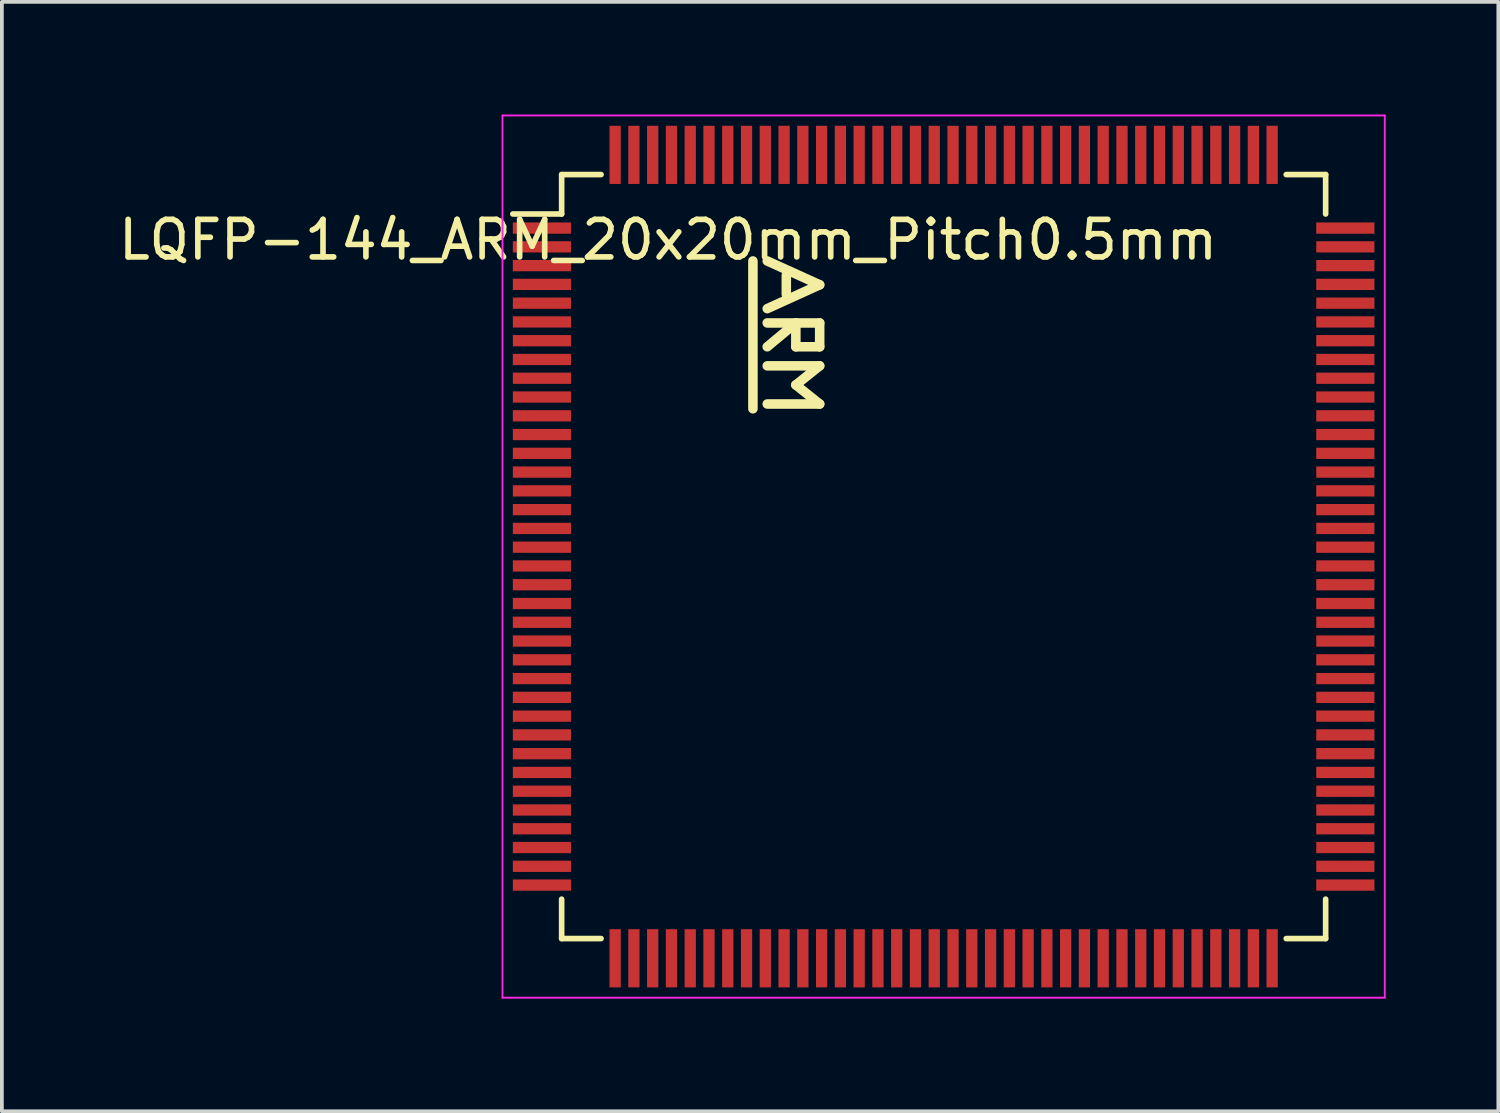
<source format=kicad_pcb>
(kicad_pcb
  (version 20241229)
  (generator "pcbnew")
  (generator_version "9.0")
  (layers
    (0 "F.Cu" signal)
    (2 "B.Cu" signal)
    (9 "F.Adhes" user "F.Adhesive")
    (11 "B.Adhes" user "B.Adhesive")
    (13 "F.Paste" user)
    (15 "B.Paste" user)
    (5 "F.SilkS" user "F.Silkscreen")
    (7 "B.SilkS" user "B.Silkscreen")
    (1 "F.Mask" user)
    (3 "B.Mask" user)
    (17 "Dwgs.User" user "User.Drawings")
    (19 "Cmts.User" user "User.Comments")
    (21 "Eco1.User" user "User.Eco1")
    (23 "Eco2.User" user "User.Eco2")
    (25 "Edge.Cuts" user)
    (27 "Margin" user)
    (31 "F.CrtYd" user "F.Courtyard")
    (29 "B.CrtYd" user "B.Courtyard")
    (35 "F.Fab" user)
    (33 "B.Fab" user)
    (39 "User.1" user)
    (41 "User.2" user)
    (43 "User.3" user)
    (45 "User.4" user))
  (footprint "LQFP-144_ARM_20x20mm_Pitch0.5mm"
    (layer "F.Cu")
    (at 22.085 11.775)
    (property "Reference" "LQFP-144_ARM_20x20mm_Pitch0.5mm" (at -7.341 -8.437 0) (layer "F.SilkS") (effects (font (size 1 1) (thickness 0.15))))
    (attr smd)
    (fp_line (start -10.175 -10.175) (end -10.175 -9.125) (stroke (width 0.15) (type solid)) (layer "F.SilkS"))
    (fp_line (start -10.175 -10.175) (end -9.125 -10.175) (stroke (width 0.15) (type solid)) (layer "F.SilkS"))
    (fp_line (start -10.175 -9.125) (end -11.475 -9.125) (stroke (width 0.15) (type solid)) (layer "F.SilkS"))
    (fp_line (start -10.175 10.175) (end -10.175 9.125) (stroke (width 0.15) (type solid)) (layer "F.SilkS"))
    (fp_line (start -10.175 10.175) (end -9.125 10.175) (stroke (width 0.15) (type solid)) (layer "F.SilkS"))
    (fp_line (start -5.08 -7.874) (end -5.08 -3.937) (stroke (width 0.254) (type solid)) (layer "F.SilkS"))
    (fp_line (start -4.699 -7.874) (end -3.302 -7.239) (stroke (width 0.254) (type solid)) (layer "F.SilkS"))
    (fp_line (start -4.699 -6.223) (end -3.302 -6.223) (stroke (width 0.254) (type solid)) (layer "F.SilkS"))
    (fp_line (start -4.699 -5.08) (end -3.302 -5.08) (stroke (width 0.254) (type solid)) (layer "F.SilkS"))
    (fp_line (start -4.191 -7.493) (end -4.191 -6.985) (stroke (width 0.254) (type solid)) (layer "F.SilkS"))
    (fp_line (start -3.937 -6.223) (end -4.699 -5.588) (stroke (width 0.254) (type solid)) (layer "F.SilkS"))
    (fp_line (start -3.937 -5.588) (end -3.937 -6.223) (stroke (width 0.254) (type solid)) (layer "F.SilkS"))
    (fp_line (start -3.937 -4.572) (end -3.302 -4.064) (stroke (width 0.254) (type solid)) (layer "F.SilkS"))
    (fp_line (start -3.302 -7.239) (end -4.699 -6.604) (stroke (width 0.254) (type solid)) (layer "F.SilkS"))
    (fp_line (start -3.302 -6.223) (end -3.302 -5.588) (stroke (width 0.254) (type solid)) (layer "F.SilkS"))
    (fp_line (start -3.302 -5.588) (end -3.937 -5.588) (stroke (width 0.254) (type solid)) (layer "F.SilkS"))
    (fp_line (start -3.302 -5.08) (end -3.937 -4.572) (stroke (width 0.254) (type solid)) (layer "F.SilkS"))
    (fp_line (start -3.302 -4.064) (end -4.699 -4.064) (stroke (width 0.254) (type solid)) (layer "F.SilkS"))
    (fp_line (start 10.175 -10.175) (end 9.125 -10.175) (stroke (width 0.15) (type solid)) (layer "F.SilkS"))
    (fp_line (start 10.175 -10.175) (end 10.175 -9.125) (stroke (width 0.15) (type solid)) (layer "F.SilkS"))
    (fp_line (start 10.175 10.175) (end 9.125 10.175) (stroke (width 0.15) (type solid)) (layer "F.SilkS"))
    (fp_line (start 10.175 10.175) (end 10.175 9.125) (stroke (width 0.15) (type solid)) (layer "F.SilkS"))
    (fp_line (start -11.75 -11.75) (end -11.75 11.75) (stroke (width 0.05) (type solid)) (layer "F.CrtYd"))
    (fp_line (start -11.75 -11.75) (end 11.75 -11.75) (stroke (width 0.05) (type solid)) (layer "F.CrtYd"))
    (fp_line (start -11.75 11.75) (end 11.75 11.75) (stroke (width 0.05) (type solid)) (layer "F.CrtYd"))
    (fp_line (start 11.75 -11.75) (end 11.75 11.75) (stroke (width 0.05) (type solid)) (layer "F.CrtYd"))
    (pad "1" smd rect (at -10.7 -8.75) (size 1.55 0.3) (layers "F.Cu" "F.Mask" "F.Paste"))
    (pad "2" smd rect (at -10.7 -8.25) (size 1.55 0.3) (layers "F.Cu" "F.Mask" "F.Paste"))
    (pad "3" smd rect (at -10.7 -7.75) (size 1.55 0.3) (layers "F.Cu" "F.Mask" "F.Paste"))
    (pad "4" smd rect (at -10.7 -7.25) (size 1.55 0.3) (layers "F.Cu" "F.Mask" "F.Paste"))
    (pad "5" smd rect (at -10.7 -6.75) (size 1.55 0.3) (layers "F.Cu" "F.Mask" "F.Paste"))
    (pad "6" smd rect (at -10.7 -6.25) (size 1.55 0.3) (layers "F.Cu" "F.Mask" "F.Paste"))
    (pad "7" smd rect (at -10.7 -5.75) (size 1.55 0.3) (layers "F.Cu" "F.Mask" "F.Paste"))
    (pad "8" smd rect (at -10.7 -5.25) (size 1.55 0.3) (layers "F.Cu" "F.Mask" "F.Paste"))
    (pad "9" smd rect (at -10.7 -4.75) (size 1.55 0.3) (layers "F.Cu" "F.Mask" "F.Paste"))
    (pad "10" smd rect (at -10.7 -4.25) (size 1.55 0.3) (layers "F.Cu" "F.Mask" "F.Paste"))
    (pad "11" smd rect (at -10.7 -3.75) (size 1.55 0.3) (layers "F.Cu" "F.Mask" "F.Paste"))
    (pad "12" smd rect (at -10.7 -3.25) (size 1.55 0.3) (layers "F.Cu" "F.Mask" "F.Paste"))
    (pad "13" smd rect (at -10.7 -2.75) (size 1.55 0.3) (layers "F.Cu" "F.Mask" "F.Paste"))
    (pad "14" smd rect (at -10.7 -2.25) (size 1.55 0.3) (layers "F.Cu" "F.Mask" "F.Paste"))
    (pad "15" smd rect (at -10.7 -1.75) (size 1.55 0.3) (layers "F.Cu" "F.Mask" "F.Paste"))
    (pad "16" smd rect (at -10.7 -1.25) (size 1.55 0.3) (layers "F.Cu" "F.Mask" "F.Paste"))
    (pad "17" smd rect (at -10.7 -0.75) (size 1.55 0.3) (layers "F.Cu" "F.Mask" "F.Paste"))
    (pad "18" smd rect (at -10.7 -0.25) (size 1.55 0.3) (layers "F.Cu" "F.Mask" "F.Paste"))
    (pad "19" smd rect (at -10.7 0.25) (size 1.55 0.3) (layers "F.Cu" "F.Mask" "F.Paste"))
    (pad "20" smd rect (at -10.7 0.75) (size 1.55 0.3) (layers "F.Cu" "F.Mask" "F.Paste"))
    (pad "21" smd rect (at -10.7 1.25) (size 1.55 0.3) (layers "F.Cu" "F.Mask" "F.Paste"))
    (pad "22" smd rect (at -10.7 1.75) (size 1.55 0.3) (layers "F.Cu" "F.Mask" "F.Paste"))
    (pad "23" smd rect (at -10.7 2.25) (size 1.55 0.3) (layers "F.Cu" "F.Mask" "F.Paste"))
    (pad "24" smd rect (at -10.7 2.75) (size 1.55 0.3) (layers "F.Cu" "F.Mask" "F.Paste"))
    (pad "25" smd rect (at -10.7 3.25) (size 1.55 0.3) (layers "F.Cu" "F.Mask" "F.Paste"))
    (pad "26" smd rect (at -10.7 3.75) (size 1.55 0.3) (layers "F.Cu" "F.Mask" "F.Paste"))
    (pad "27" smd rect (at -10.7 4.25) (size 1.55 0.3) (layers "F.Cu" "F.Mask" "F.Paste"))
    (pad "28" smd rect (at -10.7 4.75) (size 1.55 0.3) (layers "F.Cu" "F.Mask" "F.Paste"))
    (pad "29" smd rect (at -10.7 5.25) (size 1.55 0.3) (layers "F.Cu" "F.Mask" "F.Paste"))
    (pad "30" smd rect (at -10.7 5.75) (size 1.55 0.3) (layers "F.Cu" "F.Mask" "F.Paste"))
    (pad "31" smd rect (at -10.7 6.25) (size 1.55 0.3) (layers "F.Cu" "F.Mask" "F.Paste"))
    (pad "32" smd rect (at -10.7 6.75) (size 1.55 0.3) (layers "F.Cu" "F.Mask" "F.Paste"))
    (pad "33" smd rect (at -10.7 7.25) (size 1.55 0.3) (layers "F.Cu" "F.Mask" "F.Paste"))
    (pad "34" smd rect (at -10.7 7.75) (size 1.55 0.3) (layers "F.Cu" "F.Mask" "F.Paste"))
    (pad "35" smd rect (at -10.7 8.25) (size 1.55 0.3) (layers "F.Cu" "F.Mask" "F.Paste"))
    (pad "36" smd rect (at -10.7 8.75) (size 1.55 0.3) (layers "F.Cu" "F.Mask" "F.Paste"))
    (pad "37" smd rect (at -8.75 10.7 90) (size 1.55 0.3) (layers "F.Cu" "F.Mask" "F.Paste"))
    (pad "38" smd rect (at -8.25 10.7 90) (size 1.55 0.3) (layers "F.Cu" "F.Mask" "F.Paste"))
    (pad "39" smd rect (at -7.75 10.7 90) (size 1.55 0.3) (layers "F.Cu" "F.Mask" "F.Paste"))
    (pad "40" smd rect (at -7.25 10.7 90) (size 1.55 0.3) (layers "F.Cu" "F.Mask" "F.Paste"))
    (pad "41" smd rect (at -6.75 10.7 90) (size 1.55 0.3) (layers "F.Cu" "F.Mask" "F.Paste"))
    (pad "42" smd rect (at -6.25 10.7 90) (size 1.55 0.3) (layers "F.Cu" "F.Mask" "F.Paste"))
    (pad "43" smd rect (at -5.75 10.7 90) (size 1.55 0.3) (layers "F.Cu" "F.Mask" "F.Paste"))
    (pad "44" smd rect (at -5.25 10.7 90) (size 1.55 0.3) (layers "F.Cu" "F.Mask" "F.Paste"))
    (pad "45" smd rect (at -4.75 10.7 90) (size 1.55 0.3) (layers "F.Cu" "F.Mask" "F.Paste"))
    (pad "46" smd rect (at -4.25 10.7 90) (size 1.55 0.3) (layers "F.Cu" "F.Mask" "F.Paste"))
    (pad "47" smd rect (at -3.75 10.7 90) (size 1.55 0.3) (layers "F.Cu" "F.Mask" "F.Paste"))
    (pad "48" smd rect (at -3.25 10.7 90) (size 1.55 0.3) (layers "F.Cu" "F.Mask" "F.Paste"))
    (pad "49" smd rect (at -2.75 10.7 90) (size 1.55 0.3) (layers "F.Cu" "F.Mask" "F.Paste"))
    (pad "50" smd rect (at -2.25 10.7 90) (size 1.55 0.3) (layers "F.Cu" "F.Mask" "F.Paste"))
    (pad "51" smd rect (at -1.75 10.7 90) (size 1.55 0.3) (layers "F.Cu" "F.Mask" "F.Paste"))
    (pad "52" smd rect (at -1.25 10.7 90) (size 1.55 0.3) (layers "F.Cu" "F.Mask" "F.Paste"))
    (pad "53" smd rect (at -0.75 10.7 90) (size 1.55 0.3) (layers "F.Cu" "F.Mask" "F.Paste"))
    (pad "54" smd rect (at -0.25 10.7 90) (size 1.55 0.3) (layers "F.Cu" "F.Mask" "F.Paste"))
    (pad "55" smd rect (at 0.25 10.7 90) (size 1.55 0.3) (layers "F.Cu" "F.Mask" "F.Paste"))
    (pad "56" smd rect (at 0.75 10.7 90) (size 1.55 0.3) (layers "F.Cu" "F.Mask" "F.Paste"))
    (pad "57" smd rect (at 1.25 10.7 90) (size 1.55 0.3) (layers "F.Cu" "F.Mask" "F.Paste"))
    (pad "58" smd rect (at 1.75 10.7 90) (size 1.55 0.3) (layers "F.Cu" "F.Mask" "F.Paste"))
    (pad "59" smd rect (at 2.25 10.7 90) (size 1.55 0.3) (layers "F.Cu" "F.Mask" "F.Paste"))
    (pad "60" smd rect (at 2.75 10.7 90) (size 1.55 0.3) (layers "F.Cu" "F.Mask" "F.Paste"))
    (pad "61" smd rect (at 3.25 10.7 90) (size 1.55 0.3) (layers "F.Cu" "F.Mask" "F.Paste"))
    (pad "62" smd rect (at 3.75 10.7 90) (size 1.55 0.3) (layers "F.Cu" "F.Mask" "F.Paste"))
    (pad "63" smd rect (at 4.25 10.7 90) (size 1.55 0.3) (layers "F.Cu" "F.Mask" "F.Paste"))
    (pad "64" smd rect (at 4.75 10.7 90) (size 1.55 0.3) (layers "F.Cu" "F.Mask" "F.Paste"))
    (pad "65" smd rect (at 5.25 10.7 90) (size 1.55 0.3) (layers "F.Cu" "F.Mask" "F.Paste"))
    (pad "66" smd rect (at 5.75 10.7 90) (size 1.55 0.3) (layers "F.Cu" "F.Mask" "F.Paste"))
    (pad "67" smd rect (at 6.25 10.7 90) (size 1.55 0.3) (layers "F.Cu" "F.Mask" "F.Paste"))
    (pad "68" smd rect (at 6.75 10.7 90) (size 1.55 0.3) (layers "F.Cu" "F.Mask" "F.Paste"))
    (pad "69" smd rect (at 7.25 10.7 90) (size 1.55 0.3) (layers "F.Cu" "F.Mask" "F.Paste"))
    (pad "70" smd rect (at 7.75 10.7 90) (size 1.55 0.3) (layers "F.Cu" "F.Mask" "F.Paste"))
    (pad "71" smd rect (at 8.25 10.7 90) (size 1.55 0.3) (layers "F.Cu" "F.Mask" "F.Paste"))
    (pad "72" smd rect (at 8.75 10.7 90) (size 1.55 0.3) (layers "F.Cu" "F.Mask" "F.Paste"))
    (pad "73" smd rect (at 10.7 8.75) (size 1.55 0.3) (layers "F.Cu" "F.Mask" "F.Paste"))
    (pad "74" smd rect (at 10.7 8.25) (size 1.55 0.3) (layers "F.Cu" "F.Mask" "F.Paste"))
    (pad "75" smd rect (at 10.7 7.75) (size 1.55 0.3) (layers "F.Cu" "F.Mask" "F.Paste"))
    (pad "76" smd rect (at 10.7 7.25) (size 1.55 0.3) (layers "F.Cu" "F.Mask" "F.Paste"))
    (pad "77" smd rect (at 10.7 6.75) (size 1.55 0.3) (layers "F.Cu" "F.Mask" "F.Paste"))
    (pad "78" smd rect (at 10.7 6.25) (size 1.55 0.3) (layers "F.Cu" "F.Mask" "F.Paste"))
    (pad "79" smd rect (at 10.7 5.75) (size 1.55 0.3) (layers "F.Cu" "F.Mask" "F.Paste"))
    (pad "80" smd rect (at 10.7 5.25) (size 1.55 0.3) (layers "F.Cu" "F.Mask" "F.Paste"))
    (pad "81" smd rect (at 10.7 4.75) (size 1.55 0.3) (layers "F.Cu" "F.Mask" "F.Paste"))
    (pad "82" smd rect (at 10.7 4.25) (size 1.55 0.3) (layers "F.Cu" "F.Mask" "F.Paste"))
    (pad "83" smd rect (at 10.7 3.75) (size 1.55 0.3) (layers "F.Cu" "F.Mask" "F.Paste"))
    (pad "84" smd rect (at 10.7 3.25) (size 1.55 0.3) (layers "F.Cu" "F.Mask" "F.Paste"))
    (pad "85" smd rect (at 10.7 2.75) (size 1.55 0.3) (layers "F.Cu" "F.Mask" "F.Paste"))
    (pad "86" smd rect (at 10.7 2.25) (size 1.55 0.3) (layers "F.Cu" "F.Mask" "F.Paste"))
    (pad "87" smd rect (at 10.7 1.75) (size 1.55 0.3) (layers "F.Cu" "F.Mask" "F.Paste"))
    (pad "88" smd rect (at 10.7 1.25) (size 1.55 0.3) (layers "F.Cu" "F.Mask" "F.Paste"))
    (pad "89" smd rect (at 10.7 0.75) (size 1.55 0.3) (layers "F.Cu" "F.Mask" "F.Paste"))
    (pad "90" smd rect (at 10.7 0.25) (size 1.55 0.3) (layers "F.Cu" "F.Mask" "F.Paste"))
    (pad "91" smd rect (at 10.7 -0.25) (size 1.55 0.3) (layers "F.Cu" "F.Mask" "F.Paste"))
    (pad "92" smd rect (at 10.7 -0.75) (size 1.55 0.3) (layers "F.Cu" "F.Mask" "F.Paste"))
    (pad "93" smd rect (at 10.7 -1.25) (size 1.55 0.3) (layers "F.Cu" "F.Mask" "F.Paste"))
    (pad "94" smd rect (at 10.7 -1.75) (size 1.55 0.3) (layers "F.Cu" "F.Mask" "F.Paste"))
    (pad "95" smd rect (at 10.7 -2.25) (size 1.55 0.3) (layers "F.Cu" "F.Mask" "F.Paste"))
    (pad "96" smd rect (at 10.7 -2.75) (size 1.55 0.3) (layers "F.Cu" "F.Mask" "F.Paste"))
    (pad "97" smd rect (at 10.7 -3.25) (size 1.55 0.3) (layers "F.Cu" "F.Mask" "F.Paste"))
    (pad "98" smd rect (at 10.7 -3.75) (size 1.55 0.3) (layers "F.Cu" "F.Mask" "F.Paste"))
    (pad "99" smd rect (at 10.7 -4.25) (size 1.55 0.3) (layers "F.Cu" "F.Mask" "F.Paste"))
    (pad "100" smd rect (at 10.7 -4.75) (size 1.55 0.3) (layers "F.Cu" "F.Mask" "F.Paste"))
    (pad "101" smd rect (at 10.7 -5.25) (size 1.55 0.3) (layers "F.Cu" "F.Mask" "F.Paste"))
    (pad "102" smd rect (at 10.7 -5.75) (size 1.55 0.3) (layers "F.Cu" "F.Mask" "F.Paste"))
    (pad "103" smd rect (at 10.7 -6.25) (size 1.55 0.3) (layers "F.Cu" "F.Mask" "F.Paste"))
    (pad "104" smd rect (at 10.7 -6.75) (size 1.55 0.3) (layers "F.Cu" "F.Mask" "F.Paste"))
    (pad "105" smd rect (at 10.7 -7.25) (size 1.55 0.3) (layers "F.Cu" "F.Mask" "F.Paste"))
    (pad "106" smd rect (at 10.7 -7.75) (size 1.55 0.3) (layers "F.Cu" "F.Mask" "F.Paste"))
    (pad "107" smd rect (at 10.7 -8.25) (size 1.55 0.3) (layers "F.Cu" "F.Mask" "F.Paste"))
    (pad "108" smd rect (at 10.7 -8.75) (size 1.55 0.3) (layers "F.Cu" "F.Mask" "F.Paste"))
    (pad "109" smd rect (at 8.75 -10.7 90) (size 1.55 0.3) (layers "F.Cu" "F.Mask" "F.Paste"))
    (pad "110" smd rect (at 8.25 -10.7 90) (size 1.55 0.3) (layers "F.Cu" "F.Mask" "F.Paste"))
    (pad "111" smd rect (at 7.75 -10.7 90) (size 1.55 0.3) (layers "F.Cu" "F.Mask" "F.Paste"))
    (pad "112" smd rect (at 7.25 -10.7 90) (size 1.55 0.3) (layers "F.Cu" "F.Mask" "F.Paste"))
    (pad "113" smd rect (at 6.75 -10.7 90) (size 1.55 0.3) (layers "F.Cu" "F.Mask" "F.Paste"))
    (pad "114" smd rect (at 6.25 -10.7 90) (size 1.55 0.3) (layers "F.Cu" "F.Mask" "F.Paste"))
    (pad "115" smd rect (at 5.75 -10.7 90) (size 1.55 0.3) (layers "F.Cu" "F.Mask" "F.Paste"))
    (pad "116" smd rect (at 5.25 -10.7 90) (size 1.55 0.3) (layers "F.Cu" "F.Mask" "F.Paste"))
    (pad "117" smd rect (at 4.75 -10.7 90) (size 1.55 0.3) (layers "F.Cu" "F.Mask" "F.Paste"))
    (pad "118" smd rect (at 4.25 -10.7 90) (size 1.55 0.3) (layers "F.Cu" "F.Mask" "F.Paste"))
    (pad "119" smd rect (at 3.75 -10.7 90) (size 1.55 0.3) (layers "F.Cu" "F.Mask" "F.Paste"))
    (pad "120" smd rect (at 3.25 -10.7 90) (size 1.55 0.3) (layers "F.Cu" "F.Mask" "F.Paste"))
    (pad "121" smd rect (at 2.75 -10.7 90) (size 1.55 0.3) (layers "F.Cu" "F.Mask" "F.Paste"))
    (pad "122" smd rect (at 2.25 -10.7 90) (size 1.55 0.3) (layers "F.Cu" "F.Mask" "F.Paste"))
    (pad "123" smd rect (at 1.75 -10.7 90) (size 1.55 0.3) (layers "F.Cu" "F.Mask" "F.Paste"))
    (pad "124" smd rect (at 1.25 -10.7 90) (size 1.55 0.3) (layers "F.Cu" "F.Mask" "F.Paste"))
    (pad "125" smd rect (at 0.75 -10.7 90) (size 1.55 0.3) (layers "F.Cu" "F.Mask" "F.Paste"))
    (pad "126" smd rect (at 0.25 -10.7 90) (size 1.55 0.3) (layers "F.Cu" "F.Mask" "F.Paste"))
    (pad "127" smd rect (at -0.25 -10.7 90) (size 1.55 0.3) (layers "F.Cu" "F.Mask" "F.Paste"))
    (pad "128" smd rect (at -0.75 -10.7 90) (size 1.55 0.3) (layers "F.Cu" "F.Mask" "F.Paste"))
    (pad "129" smd rect (at -1.25 -10.7 90) (size 1.55 0.3) (layers "F.Cu" "F.Mask" "F.Paste"))
    (pad "130" smd rect (at -1.75 -10.7 90) (size 1.55 0.3) (layers "F.Cu" "F.Mask" "F.Paste"))
    (pad "131" smd rect (at -2.25 -10.7 90) (size 1.55 0.3) (layers "F.Cu" "F.Mask" "F.Paste"))
    (pad "132" smd rect (at -2.75 -10.7 90) (size 1.55 0.3) (layers "F.Cu" "F.Mask" "F.Paste"))
    (pad "133" smd rect (at -3.25 -10.7 90) (size 1.55 0.3) (layers "F.Cu" "F.Mask" "F.Paste"))
    (pad "134" smd rect (at -3.75 -10.7 90) (size 1.55 0.3) (layers "F.Cu" "F.Mask" "F.Paste"))
    (pad "135" smd rect (at -4.25 -10.7 90) (size 1.55 0.3) (layers "F.Cu" "F.Mask" "F.Paste"))
    (pad "136" smd rect (at -4.75 -10.7 90) (size 1.55 0.3) (layers "F.Cu" "F.Mask" "F.Paste"))
    (pad "137" smd rect (at -5.25 -10.7 90) (size 1.55 0.3) (layers "F.Cu" "F.Mask" "F.Paste"))
    (pad "138" smd rect (at -5.75 -10.7 90) (size 1.55 0.3) (layers "F.Cu" "F.Mask" "F.Paste"))
    (pad "139" smd rect (at -6.25 -10.7 90) (size 1.55 0.3) (layers "F.Cu" "F.Mask" "F.Paste"))
    (pad "140" smd rect (at -6.75 -10.7 90) (size 1.55 0.3) (layers "F.Cu" "F.Mask" "F.Paste"))
    (pad "141" smd rect (at -7.25 -10.7 90) (size 1.55 0.3) (layers "F.Cu" "F.Mask" "F.Paste"))
    (pad "142" smd rect (at -7.75 -10.7 90) (size 1.55 0.3) (layers "F.Cu" "F.Mask" "F.Paste"))
    (pad "143" smd rect (at -8.25 -10.7 90) (size 1.55 0.3) (layers "F.Cu" "F.Mask" "F.Paste"))
    (pad "144" smd rect (at -8.75 -10.7 90) (size 1.55 0.3) (layers "F.Cu" "F.Mask" "F.Paste")))
  (gr_rect
    (start -3 -3)
    (end 36.86 26.55)
    (stroke (width 0.1) (type default))
    (fill no)
    (layer "Edge.Cuts")))
</source>
